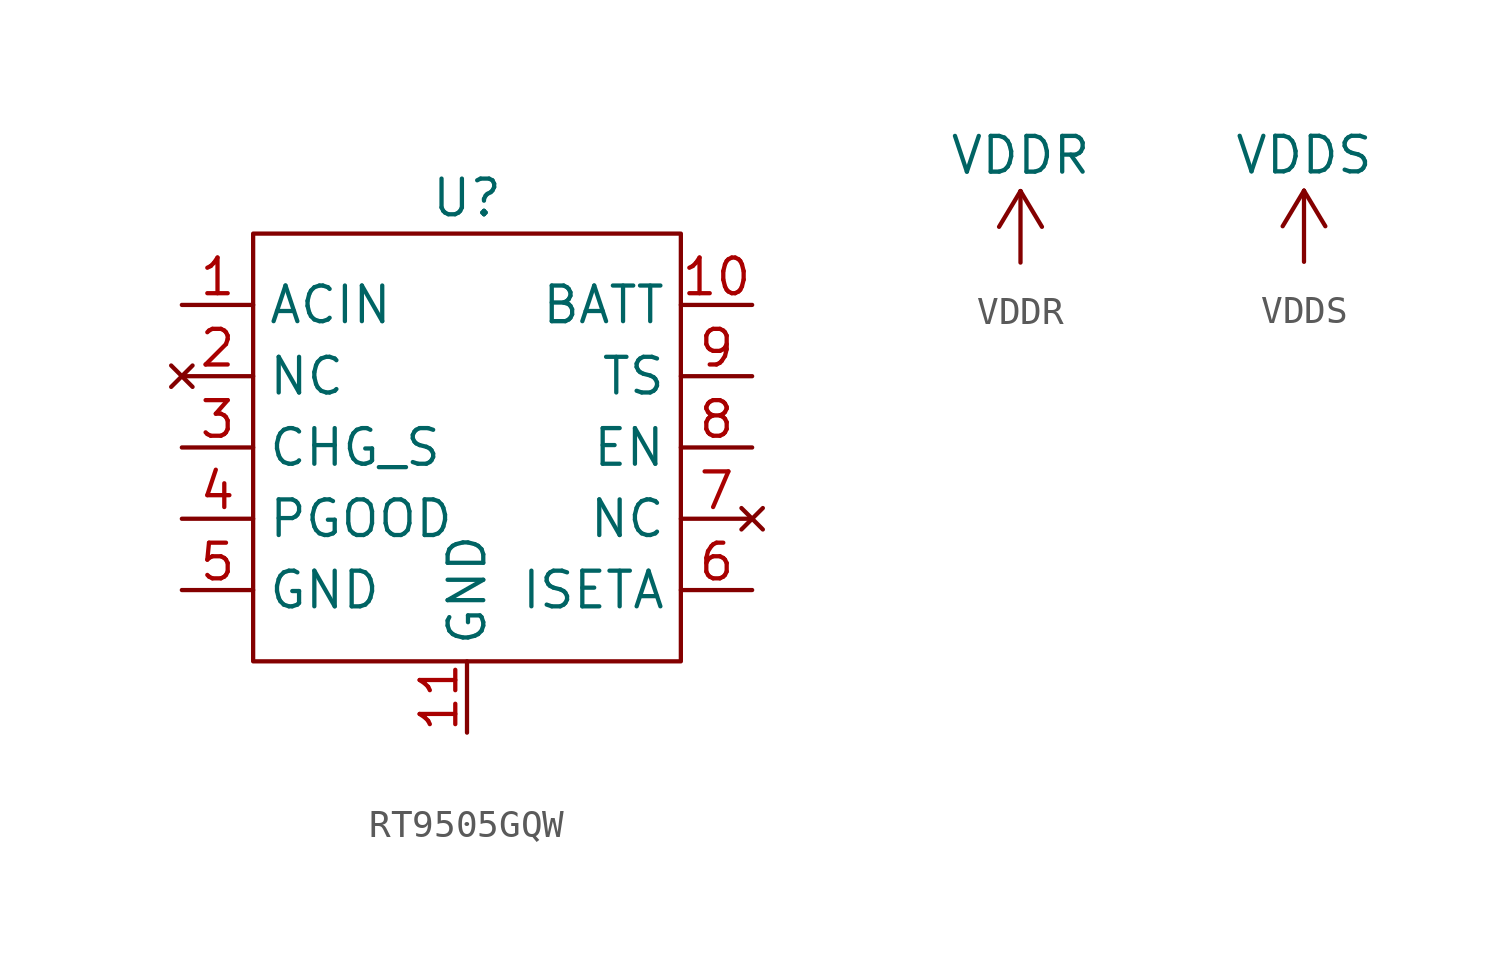
<source format=kicad_sym>
(kicad_symbol_lib
  (version 20220914)
  (generator kicad_symbol_editor)
  (symbol "RT9505GQW"
    (property "Reference" "U"
      (at 0 0 0)
      (effects (font (size 1.27 1.27))))
    (property "Value" ""
      (at 0 0 0)
      (effects (font (size 1.27 1.27))))
    (property "ki_locked" ""
      (at 0 0 0)
      (effects (font (size 1.27 1.27))))
    (symbol "RT9505GQW_1_1"
      (polyline (pts (xy -7.62 -1.27) (xy -7.62 -16.51) (xy 7.62 -16.51) (xy 7.62 -1.27) (xy -7.62 -1.27)) (stroke (width 0) (type default)) (fill (type none)))
      (pin input line (at -10.16 -3.81 0) (length 2.54) (name "ACIN" (effects (font (size 1.27 1.27)))) (number "1" (effects (font (size 1.27 1.27)))))
      (pin output line (at 10.16 -3.81 180) (length 2.54) (name "BATT" (effects (font (size 1.27 1.27)))) (number "10" (effects (font (size 1.27 1.27)))))
      (pin output line (at 0 -19.05 90) (length 2.54) (name "GND" (effects (font (size 1.27 1.27)))) (number "11" (effects (font (size 1.27 1.27)))))
      (pin no_connect line (at -10.16 -6.35 0) (length 2.54) (name "NC" (effects (font (size 1.27 1.27)))) (number "2" (effects (font (size 1.27 1.27)))))
      (pin input line (at -10.16 -8.89 0) (length 2.54) (name "CHG_S" (effects (font (size 1.27 1.27)))) (number "3" (effects (font (size 1.27 1.27)))))
      (pin input line (at -10.16 -11.43 0) (length 2.54) (name "PGOOD" (effects (font (size 1.27 1.27)))) (number "4" (effects (font (size 1.27 1.27)))))
      (pin input line (at -10.16 -13.97 0) (length 2.54) (name "GND" (effects (font (size 1.27 1.27)))) (number "5" (effects (font (size 1.27 1.27)))))
      (pin input line (at 10.16 -13.97 180) (length 2.54) (name "ISETA" (effects (font (size 1.27 1.27)))) (number "6" (effects (font (size 1.27 1.27)))))
      (pin no_connect line (at 10.16 -11.43 180) (length 2.54) (name "NC" (effects (font (size 1.27 1.27)))) (number "7" (effects (font (size 1.27 1.27)))))
      (pin input line (at 10.16 -8.89 180) (length 2.54) (name "EN" (effects (font (size 1.27 1.27)))) (number "8" (effects (font (size 1.27 1.27)))))
      (pin input line (at 10.16 -6.35 180) (length 2.54) (name "TS" (effects (font (size 1.27 1.27)))) (number "9" (effects (font (size 1.27 1.27)))))))
  (symbol "VDDR"
    (power)
    (pin_names
      (offset 0))
    (property "Reference" "#PWR"
      (at 0 -3.81 0)
      (effects (font (size 1.27 1.27)) hide))
    (property "Value" "VDDR"
      (at 0 3.81 0)
      (effects (font (size 1.27 1.27))))
    (symbol "VDDR_0_1"
      (polyline (pts (xy -0.762 1.27) (xy 0 2.54)) (stroke (width 0) (type default)) (fill (type none)))
      (polyline (pts (xy 0 0) (xy 0 2.54)) (stroke (width 0) (type default)) (fill (type none)))
      (polyline (pts (xy 0 2.54) (xy 0.762 1.27)) (stroke (width 0) (type default)) (fill (type none))))
    (symbol "VDDR_1_1"
      (pin power_in line (at 0 0 90) (length 0) hide (name "VDDR" (effects (font (size 1.27 1.27)))) (number "1" (effects (font (size 1.27 1.27)))))))
  (symbol "VDDS"
    (power)
    (pin_names
      (offset 0))
    (property "Reference" "#PWR"
      (at 0 -3.81 0)
      (effects (font (size 1.27 1.27)) hide))
    (property "Value" "VDDS"
      (at 0 3.81 0)
      (effects (font (size 1.27 1.27))))
    (symbol "VDDS_0_1"
      (polyline (pts (xy -0.762 1.27) (xy 0 2.54)) (stroke (width 0) (type default)) (fill (type none)))
      (polyline (pts (xy 0 0) (xy 0 2.54)) (stroke (width 0) (type default)) (fill (type none)))
      (polyline (pts (xy 0 2.54) (xy 0.762 1.27)) (stroke (width 0) (type default)) (fill (type none))))
    (symbol "VDDS_1_1"
      (pin power_in line (at 0 0 90) (length 0) hide (name "VDDS" (effects (font (size 1.27 1.27)))) (number "1" (effects (font (size 1.27 1.27))))))))
</source>
